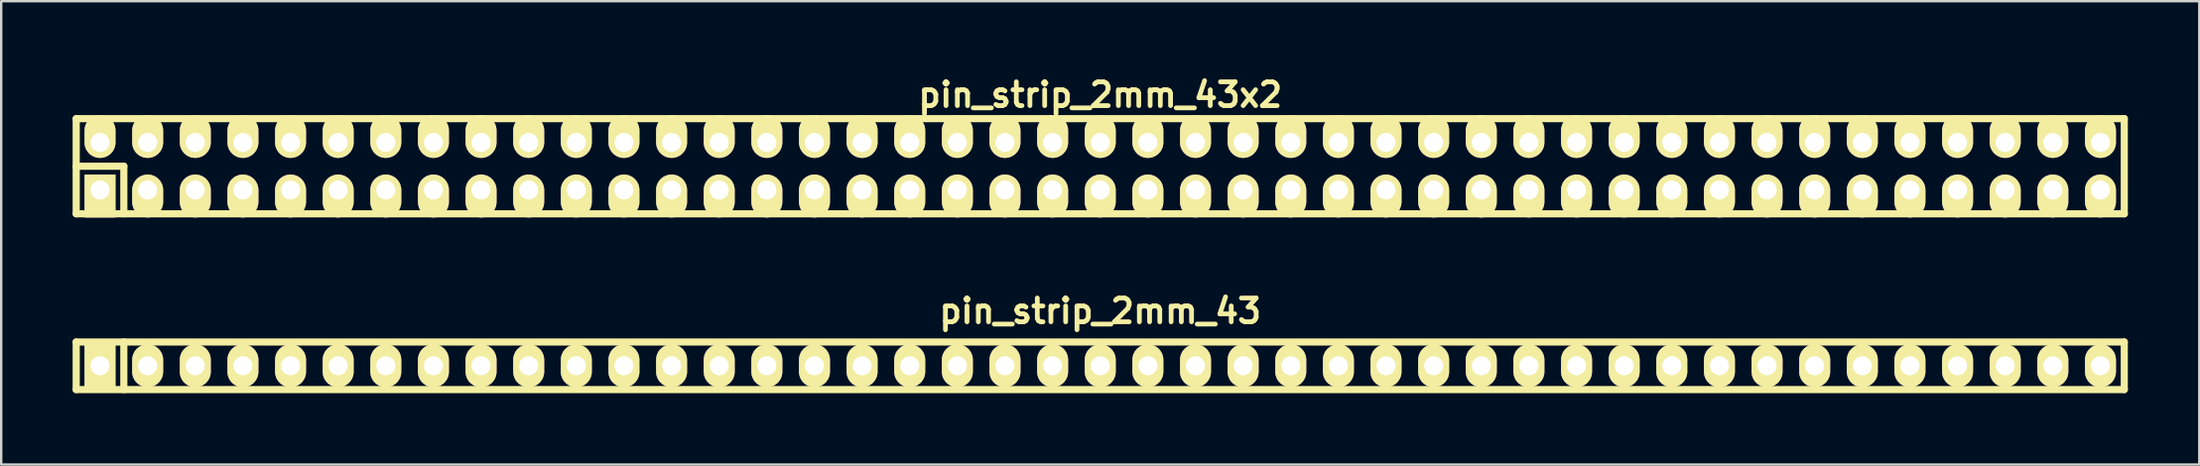
<source format=kicad_pcb>
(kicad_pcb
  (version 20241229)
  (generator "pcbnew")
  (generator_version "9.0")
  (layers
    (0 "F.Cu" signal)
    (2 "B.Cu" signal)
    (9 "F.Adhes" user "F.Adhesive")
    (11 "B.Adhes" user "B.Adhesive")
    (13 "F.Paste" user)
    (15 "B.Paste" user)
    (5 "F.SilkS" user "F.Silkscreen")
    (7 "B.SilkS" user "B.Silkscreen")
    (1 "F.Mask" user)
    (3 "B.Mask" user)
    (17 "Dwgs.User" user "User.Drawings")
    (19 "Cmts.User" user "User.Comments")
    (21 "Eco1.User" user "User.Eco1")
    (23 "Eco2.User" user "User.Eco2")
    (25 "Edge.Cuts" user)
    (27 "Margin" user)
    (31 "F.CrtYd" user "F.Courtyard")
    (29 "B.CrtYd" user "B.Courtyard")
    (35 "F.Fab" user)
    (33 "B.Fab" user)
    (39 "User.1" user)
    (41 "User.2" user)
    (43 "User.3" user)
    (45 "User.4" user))
  (footprint "pin_strip_2mm_43x2"
    (layer "F.Cu")
    (at 43.15 3.936)
    (property "Reference" "pin_strip_2mm_43x2" (at 0 -3 0) (layer "F.SilkS") (effects (font (size 1 1) (thickness 0.2))))
    (attr through_hole)
    (fp_line (start -43 -2) (end 43 -2) (stroke (width 0.3) (type solid)) (layer "F.SilkS"))
    (fp_line (start -43 0) (end -41 0) (stroke (width 0.3) (type solid)) (layer "F.SilkS"))
    (fp_line (start -43 2) (end -43 -2) (stroke (width 0.3) (type solid)) (layer "F.SilkS"))
    (fp_line (start -41 0) (end -41 2) (stroke (width 0.3) (type solid)) (layer "F.SilkS"))
    (fp_line (start 43 -2) (end 43 2) (stroke (width 0.3) (type solid)) (layer "F.SilkS"))
    (fp_line (start 43 2) (end -43 2) (stroke (width 0.3) (type solid)) (layer "F.SilkS"))
    (pad "1" thru_hole rect (at -42 1) (size 1.3 1.8) (drill 0.8 (offset 0 0.25)) (layers "*.Cu" "*.Mask" "F.SilkS"))
    (pad "2" thru_hole oval (at -42 -1) (size 1.3 1.8) (drill 0.8 (offset 0 -0.25)) (layers "*.Cu" "*.Mask" "F.SilkS"))
    (pad "3" thru_hole oval (at -40 1) (size 1.3 1.8) (drill 0.8 (offset 0 0.25)) (layers "*.Cu" "*.Mask" "F.SilkS"))
    (pad "4" thru_hole oval (at -40 -1) (size 1.3 1.8) (drill 0.8 (offset 0 -0.25)) (layers "*.Cu" "*.Mask" "F.SilkS"))
    (pad "5" thru_hole oval (at -38 1) (size 1.3 1.8) (drill 0.8 (offset 0 0.25)) (layers "*.Cu" "*.Mask" "F.SilkS"))
    (pad "6" thru_hole oval (at -38 -1) (size 1.3 1.8) (drill 0.8 (offset 0 -0.25)) (layers "*.Cu" "*.Mask" "F.SilkS"))
    (pad "7" thru_hole oval (at -36 1) (size 1.3 1.8) (drill 0.8 (offset 0 0.25)) (layers "*.Cu" "*.Mask" "F.SilkS"))
    (pad "8" thru_hole oval (at -36 -1) (size 1.3 1.8) (drill 0.8 (offset 0 -0.25)) (layers "*.Cu" "*.Mask" "F.SilkS"))
    (pad "9" thru_hole oval (at -34 1) (size 1.3 1.8) (drill 0.8 (offset 0 0.25)) (layers "*.Cu" "*.Mask" "F.SilkS"))
    (pad "10" thru_hole oval (at -34 -1) (size 1.3 1.8) (drill 0.8 (offset 0 -0.25)) (layers "*.Cu" "*.Mask" "F.SilkS"))
    (pad "11" thru_hole oval (at -32 1) (size 1.3 1.8) (drill 0.8 (offset 0 0.25)) (layers "*.Cu" "*.Mask" "F.SilkS"))
    (pad "12" thru_hole oval (at -32 -1) (size 1.3 1.8) (drill 0.8 (offset 0 -0.25)) (layers "*.Cu" "*.Mask" "F.SilkS"))
    (pad "13" thru_hole oval (at -30 1) (size 1.3 1.8) (drill 0.8 (offset 0 0.25)) (layers "*.Cu" "*.Mask" "F.SilkS"))
    (pad "14" thru_hole oval (at -30 -1) (size 1.3 1.8) (drill 0.8 (offset 0 -0.25)) (layers "*.Cu" "*.Mask" "F.SilkS"))
    (pad "15" thru_hole oval (at -28 1) (size 1.3 1.8) (drill 0.8 (offset 0 0.25)) (layers "*.Cu" "*.Mask" "F.SilkS"))
    (pad "16" thru_hole oval (at -28 -1) (size 1.3 1.8) (drill 0.8 (offset 0 -0.25)) (layers "*.Cu" "*.Mask" "F.SilkS"))
    (pad "17" thru_hole oval (at -26 1) (size 1.3 1.8) (drill 0.8 (offset 0 0.25)) (layers "*.Cu" "*.Mask" "F.SilkS"))
    (pad "18" thru_hole oval (at -26 -1) (size 1.3 1.8) (drill 0.8 (offset 0 -0.25)) (layers "*.Cu" "*.Mask" "F.SilkS"))
    (pad "19" thru_hole oval (at -24 1) (size 1.3 1.8) (drill 0.8 (offset 0 0.25)) (layers "*.Cu" "*.Mask" "F.SilkS"))
    (pad "20" thru_hole oval (at -24 -1) (size 1.3 1.8) (drill 0.8 (offset 0 -0.25)) (layers "*.Cu" "*.Mask" "F.SilkS"))
    (pad "21" thru_hole oval (at -22 1) (size 1.3 1.8) (drill 0.8 (offset 0 0.25)) (layers "*.Cu" "*.Mask" "F.SilkS"))
    (pad "22" thru_hole oval (at -22 -1) (size 1.3 1.8) (drill 0.8 (offset 0 -0.25)) (layers "*.Cu" "*.Mask" "F.SilkS"))
    (pad "23" thru_hole oval (at -20 1) (size 1.3 1.8) (drill 0.8 (offset 0 0.25)) (layers "*.Cu" "*.Mask" "F.SilkS"))
    (pad "24" thru_hole oval (at -20 -1) (size 1.3 1.8) (drill 0.8 (offset 0 -0.25)) (layers "*.Cu" "*.Mask" "F.SilkS"))
    (pad "25" thru_hole oval (at -18 1) (size 1.3 1.8) (drill 0.8 (offset 0 0.25)) (layers "*.Cu" "*.Mask" "F.SilkS"))
    (pad "26" thru_hole oval (at -18 -1) (size 1.3 1.8) (drill 0.8 (offset 0 -0.25)) (layers "*.Cu" "*.Mask" "F.SilkS"))
    (pad "27" thru_hole oval (at -16 1) (size 1.3 1.8) (drill 0.8 (offset 0 0.25)) (layers "*.Cu" "*.Mask" "F.SilkS"))
    (pad "28" thru_hole oval (at -16 -1) (size 1.3 1.8) (drill 0.8 (offset 0 -0.25)) (layers "*.Cu" "*.Mask" "F.SilkS"))
    (pad "29" thru_hole oval (at -14 1) (size 1.3 1.8) (drill 0.8 (offset 0 0.25)) (layers "*.Cu" "*.Mask" "F.SilkS"))
    (pad "30" thru_hole oval (at -14 -1) (size 1.3 1.8) (drill 0.8 (offset 0 -0.25)) (layers "*.Cu" "*.Mask" "F.SilkS"))
    (pad "31" thru_hole oval (at -12 1) (size 1.3 1.8) (drill 0.8 (offset 0 0.25)) (layers "*.Cu" "*.Mask" "F.SilkS"))
    (pad "32" thru_hole oval (at -12 -1) (size 1.3 1.8) (drill 0.8 (offset 0 -0.25)) (layers "*.Cu" "*.Mask" "F.SilkS"))
    (pad "33" thru_hole oval (at -10 1) (size 1.3 1.8) (drill 0.8 (offset 0 0.25)) (layers "*.Cu" "*.Mask" "F.SilkS"))
    (pad "34" thru_hole oval (at -10 -1) (size 1.3 1.8) (drill 0.8 (offset 0 -0.25)) (layers "*.Cu" "*.Mask" "F.SilkS"))
    (pad "35" thru_hole oval (at -8 1) (size 1.3 1.8) (drill 0.8 (offset 0 0.25)) (layers "*.Cu" "*.Mask" "F.SilkS"))
    (pad "36" thru_hole oval (at -8 -1) (size 1.3 1.8) (drill 0.8 (offset 0 -0.25)) (layers "*.Cu" "*.Mask" "F.SilkS"))
    (pad "37" thru_hole oval (at -6 1) (size 1.3 1.8) (drill 0.8 (offset 0 0.25)) (layers "*.Cu" "*.Mask" "F.SilkS"))
    (pad "38" thru_hole oval (at -6 -1) (size 1.3 1.8) (drill 0.8 (offset 0 -0.25)) (layers "*.Cu" "*.Mask" "F.SilkS"))
    (pad "39" thru_hole oval (at -4 1) (size 1.3 1.8) (drill 0.8 (offset 0 0.25)) (layers "*.Cu" "*.Mask" "F.SilkS"))
    (pad "40" thru_hole oval (at -4 -1) (size 1.3 1.8) (drill 0.8 (offset 0 -0.25)) (layers "*.Cu" "*.Mask" "F.SilkS"))
    (pad "41" thru_hole oval (at -2 1) (size 1.3 1.8) (drill 0.8 (offset 0 0.25)) (layers "*.Cu" "*.Mask" "F.SilkS"))
    (pad "42" thru_hole oval (at -2 -1) (size 1.3 1.8) (drill 0.8 (offset 0 -0.25)) (layers "*.Cu" "*.Mask" "F.SilkS"))
    (pad "43" thru_hole oval (at 0 1) (size 1.3 1.8) (drill 0.8 (offset 0 0.25)) (layers "*.Cu" "*.Mask" "F.SilkS"))
    (pad "44" thru_hole oval (at 0 -1) (size 1.3 1.8) (drill 0.8 (offset 0 -0.25)) (layers "*.Cu" "*.Mask" "F.SilkS"))
    (pad "45" thru_hole oval (at 2 1) (size 1.3 1.8) (drill 0.8 (offset 0 0.25)) (layers "*.Cu" "*.Mask" "F.SilkS"))
    (pad "46" thru_hole oval (at 2 -1) (size 1.3 1.8) (drill 0.8 (offset 0 -0.25)) (layers "*.Cu" "*.Mask" "F.SilkS"))
    (pad "47" thru_hole oval (at 4 1) (size 1.3 1.8) (drill 0.8 (offset 0 0.25)) (layers "*.Cu" "*.Mask" "F.SilkS"))
    (pad "48" thru_hole oval (at 4 -1) (size 1.3 1.8) (drill 0.8 (offset 0 -0.25)) (layers "*.Cu" "*.Mask" "F.SilkS"))
    (pad "49" thru_hole oval (at 6 1) (size 1.3 1.8) (drill 0.8 (offset 0 0.25)) (layers "*.Cu" "*.Mask" "F.SilkS"))
    (pad "50" thru_hole oval (at 6 -1) (size 1.3 1.8) (drill 0.8 (offset 0 -0.25)) (layers "*.Cu" "*.Mask" "F.SilkS"))
    (pad "51" thru_hole oval (at 8 1) (size 1.3 1.8) (drill 0.8 (offset 0 0.25)) (layers "*.Cu" "*.Mask" "F.SilkS"))
    (pad "52" thru_hole oval (at 8 -1) (size 1.3 1.8) (drill 0.8 (offset 0 -0.25)) (layers "*.Cu" "*.Mask" "F.SilkS"))
    (pad "53" thru_hole oval (at 10 1) (size 1.3 1.8) (drill 0.8 (offset 0 0.25)) (layers "*.Cu" "*.Mask" "F.SilkS"))
    (pad "54" thru_hole oval (at 10 -1) (size 1.3 1.8) (drill 0.8 (offset 0 -0.25)) (layers "*.Cu" "*.Mask" "F.SilkS"))
    (pad "55" thru_hole oval (at 12 1) (size 1.3 1.8) (drill 0.8 (offset 0 0.25)) (layers "*.Cu" "*.Mask" "F.SilkS"))
    (pad "56" thru_hole oval (at 12 -1) (size 1.3 1.8) (drill 0.8 (offset 0 -0.25)) (layers "*.Cu" "*.Mask" "F.SilkS"))
    (pad "57" thru_hole oval (at 14 1) (size 1.3 1.8) (drill 0.8 (offset 0 0.25)) (layers "*.Cu" "*.Mask" "F.SilkS"))
    (pad "58" thru_hole oval (at 14 -1) (size 1.3 1.8) (drill 0.8 (offset 0 -0.25)) (layers "*.Cu" "*.Mask" "F.SilkS"))
    (pad "59" thru_hole oval (at 16 1) (size 1.3 1.8) (drill 0.8 (offset 0 0.25)) (layers "*.Cu" "*.Mask" "F.SilkS"))
    (pad "60" thru_hole oval (at 16 -1) (size 1.3 1.8) (drill 0.8 (offset 0 -0.25)) (layers "*.Cu" "*.Mask" "F.SilkS"))
    (pad "61" thru_hole oval (at 18 1) (size 1.3 1.8) (drill 0.8 (offset 0 0.25)) (layers "*.Cu" "*.Mask" "F.SilkS"))
    (pad "62" thru_hole oval (at 18 -1) (size 1.3 1.8) (drill 0.8 (offset 0 -0.25)) (layers "*.Cu" "*.Mask" "F.SilkS"))
    (pad "63" thru_hole oval (at 20 1) (size 1.3 1.8) (drill 0.8 (offset 0 0.25)) (layers "*.Cu" "*.Mask" "F.SilkS"))
    (pad "64" thru_hole oval (at 20 -1) (size 1.3 1.8) (drill 0.8 (offset 0 -0.25)) (layers "*.Cu" "*.Mask" "F.SilkS"))
    (pad "65" thru_hole oval (at 22 1) (size 1.3 1.8) (drill 0.8 (offset 0 0.25)) (layers "*.Cu" "*.Mask" "F.SilkS"))
    (pad "66" thru_hole oval (at 22 -1) (size 1.3 1.8) (drill 0.8 (offset 0 -0.25)) (layers "*.Cu" "*.Mask" "F.SilkS"))
    (pad "67" thru_hole oval (at 24 1) (size 1.3 1.8) (drill 0.8 (offset 0 0.25)) (layers "*.Cu" "*.Mask" "F.SilkS"))
    (pad "68" thru_hole oval (at 24 -1) (size 1.3 1.8) (drill 0.8 (offset 0 -0.25)) (layers "*.Cu" "*.Mask" "F.SilkS"))
    (pad "69" thru_hole oval (at 26 1) (size 1.3 1.8) (drill 0.8 (offset 0 0.25)) (layers "*.Cu" "*.Mask" "F.SilkS"))
    (pad "70" thru_hole oval (at 26 -1) (size 1.3 1.8) (drill 0.8 (offset 0 -0.25)) (layers "*.Cu" "*.Mask" "F.SilkS"))
    (pad "71" thru_hole oval (at 28 1) (size 1.3 1.8) (drill 0.8 (offset 0 0.25)) (layers "*.Cu" "*.Mask" "F.SilkS"))
    (pad "72" thru_hole oval (at 28 -1) (size 1.3 1.8) (drill 0.8 (offset 0 -0.25)) (layers "*.Cu" "*.Mask" "F.SilkS"))
    (pad "73" thru_hole oval (at 30 1) (size 1.3 1.8) (drill 0.8 (offset 0 0.25)) (layers "*.Cu" "*.Mask" "F.SilkS"))
    (pad "74" thru_hole oval (at 30 -1) (size 1.3 1.8) (drill 0.8 (offset 0 -0.25)) (layers "*.Cu" "*.Mask" "F.SilkS"))
    (pad "75" thru_hole oval (at 32 1) (size 1.3 1.8) (drill 0.8 (offset 0 0.25)) (layers "*.Cu" "*.Mask" "F.SilkS"))
    (pad "76" thru_hole oval (at 32 -1) (size 1.3 1.8) (drill 0.8 (offset 0 -0.25)) (layers "*.Cu" "*.Mask" "F.SilkS"))
    (pad "77" thru_hole oval (at 34 1) (size 1.3 1.8) (drill 0.8 (offset 0 0.25)) (layers "*.Cu" "*.Mask" "F.SilkS"))
    (pad "78" thru_hole oval (at 34 -1) (size 1.3 1.8) (drill 0.8 (offset 0 -0.25)) (layers "*.Cu" "*.Mask" "F.SilkS"))
    (pad "79" thru_hole oval (at 36 1) (size 1.3 1.8) (drill 0.8 (offset 0 0.25)) (layers "*.Cu" "*.Mask" "F.SilkS"))
    (pad "80" thru_hole oval (at 36 -1) (size 1.3 1.8) (drill 0.8 (offset 0 -0.25)) (layers "*.Cu" "*.Mask" "F.SilkS"))
    (pad "81" thru_hole oval (at 38 1) (size 1.3 1.8) (drill 0.8 (offset 0 0.25)) (layers "*.Cu" "*.Mask" "F.SilkS"))
    (pad "82" thru_hole oval (at 38 -1) (size 1.3 1.8) (drill 0.8 (offset 0 -0.25)) (layers "*.Cu" "*.Mask" "F.SilkS"))
    (pad "83" thru_hole oval (at 40 1) (size 1.3 1.8) (drill 0.8 (offset 0 0.25)) (layers "*.Cu" "*.Mask" "F.SilkS"))
    (pad "84" thru_hole oval (at 40 -1) (size 1.3 1.8) (drill 0.8 (offset 0 -0.25)) (layers "*.Cu" "*.Mask" "F.SilkS"))
    (pad "85" thru_hole oval (at 42 1) (size 1.3 1.8) (drill 0.8 (offset 0 0.25)) (layers "*.Cu" "*.Mask" "F.SilkS"))
    (pad "86" thru_hole oval (at 42 -1) (size 1.3 1.8) (drill 0.8 (offset 0 -0.25)) (layers "*.Cu" "*.Mask" "F.SilkS")))
  (footprint "pin_strip_2mm_43"
    (layer "F.Cu")
    (at 43.15 12.322)
    (property "Reference" "pin_strip_2mm_43" (at 0 -2.3 0) (layer "F.SilkS") (effects (font (size 1 1) (thickness 0.2))))
    (attr through_hole)
    (fp_line (start -43 -1) (end 43 -1) (stroke (width 0.3) (type solid)) (layer "F.SilkS"))
    (fp_line (start -43 1) (end -43 -1) (stroke (width 0.3) (type solid)) (layer "F.SilkS"))
    (fp_line (start -41 -1) (end -41 1) (stroke (width 0.3) (type solid)) (layer "F.SilkS"))
    (fp_line (start 43 -1) (end 43 1) (stroke (width 0.3) (type solid)) (layer "F.SilkS"))
    (fp_line (start 43 1) (end -43 1) (stroke (width 0.3) (type solid)) (layer "F.SilkS"))
    (pad "1" thru_hole rect (at -42 0) (size 1.3 1.8) (drill 0.8) (layers "*.Cu" "*.Mask" "F.SilkS"))
    (pad "2" thru_hole oval (at -40 0) (size 1.3 1.8) (drill 0.8) (layers "*.Cu" "*.Mask" "F.SilkS"))
    (pad "3" thru_hole oval (at -38 0) (size 1.3 1.8) (drill 0.8) (layers "*.Cu" "*.Mask" "F.SilkS"))
    (pad "4" thru_hole oval (at -36 0) (size 1.3 1.8) (drill 0.8) (layers "*.Cu" "*.Mask" "F.SilkS"))
    (pad "5" thru_hole oval (at -34 0) (size 1.3 1.8) (drill 0.8) (layers "*.Cu" "*.Mask" "F.SilkS"))
    (pad "6" thru_hole oval (at -32 0) (size 1.3 1.8) (drill 0.8) (layers "*.Cu" "*.Mask" "F.SilkS"))
    (pad "7" thru_hole oval (at -30 0) (size 1.3 1.8) (drill 0.8) (layers "*.Cu" "*.Mask" "F.SilkS"))
    (pad "8" thru_hole oval (at -28 0) (size 1.3 1.8) (drill 0.8) (layers "*.Cu" "*.Mask" "F.SilkS"))
    (pad "9" thru_hole oval (at -26 0) (size 1.3 1.8) (drill 0.8) (layers "*.Cu" "*.Mask" "F.SilkS"))
    (pad "10" thru_hole oval (at -24 0) (size 1.3 1.8) (drill 0.8) (layers "*.Cu" "*.Mask" "F.SilkS"))
    (pad "11" thru_hole oval (at -22 0) (size 1.3 1.8) (drill 0.8) (layers "*.Cu" "*.Mask" "F.SilkS"))
    (pad "12" thru_hole oval (at -20 0) (size 1.3 1.8) (drill 0.8) (layers "*.Cu" "*.Mask" "F.SilkS"))
    (pad "13" thru_hole oval (at -18 0) (size 1.3 1.8) (drill 0.8) (layers "*.Cu" "*.Mask" "F.SilkS"))
    (pad "14" thru_hole oval (at -16 0) (size 1.3 1.8) (drill 0.8) (layers "*.Cu" "*.Mask" "F.SilkS"))
    (pad "15" thru_hole oval (at -14 0) (size 1.3 1.8) (drill 0.8) (layers "*.Cu" "*.Mask" "F.SilkS"))
    (pad "16" thru_hole oval (at -12 0) (size 1.3 1.8) (drill 0.8) (layers "*.Cu" "*.Mask" "F.SilkS"))
    (pad "17" thru_hole oval (at -10 0) (size 1.3 1.8) (drill 0.8) (layers "*.Cu" "*.Mask" "F.SilkS"))
    (pad "18" thru_hole oval (at -8 0) (size 1.3 1.8) (drill 0.8) (layers "*.Cu" "*.Mask" "F.SilkS"))
    (pad "19" thru_hole oval (at -6 0) (size 1.3 1.8) (drill 0.8) (layers "*.Cu" "*.Mask" "F.SilkS"))
    (pad "20" thru_hole oval (at -4 0) (size 1.3 1.8) (drill 0.8) (layers "*.Cu" "*.Mask" "F.SilkS"))
    (pad "21" thru_hole oval (at -2 0) (size 1.3 1.8) (drill 0.8) (layers "*.Cu" "*.Mask" "F.SilkS"))
    (pad "22" thru_hole oval (at 0 0) (size 1.3 1.8) (drill 0.8) (layers "*.Cu" "*.Mask" "F.SilkS"))
    (pad "23" thru_hole oval (at 2 0) (size 1.3 1.8) (drill 0.8) (layers "*.Cu" "*.Mask" "F.SilkS"))
    (pad "24" thru_hole oval (at 4 0) (size 1.3 1.8) (drill 0.8) (layers "*.Cu" "*.Mask" "F.SilkS"))
    (pad "25" thru_hole oval (at 6 0) (size 1.3 1.8) (drill 0.8) (layers "*.Cu" "*.Mask" "F.SilkS"))
    (pad "26" thru_hole oval (at 8 0) (size 1.3 1.8) (drill 0.8) (layers "*.Cu" "*.Mask" "F.SilkS"))
    (pad "27" thru_hole oval (at 10 0) (size 1.3 1.8) (drill 0.8) (layers "*.Cu" "*.Mask" "F.SilkS"))
    (pad "28" thru_hole oval (at 12 0) (size 1.3 1.8) (drill 0.8) (layers "*.Cu" "*.Mask" "F.SilkS"))
    (pad "29" thru_hole oval (at 14 0) (size 1.3 1.8) (drill 0.8) (layers "*.Cu" "*.Mask" "F.SilkS"))
    (pad "30" thru_hole oval (at 16 0) (size 1.3 1.8) (drill 0.8) (layers "*.Cu" "*.Mask" "F.SilkS"))
    (pad "31" thru_hole oval (at 18 0) (size 1.3 1.8) (drill 0.8) (layers "*.Cu" "*.Mask" "F.SilkS"))
    (pad "32" thru_hole oval (at 20 0) (size 1.3 1.8) (drill 0.8) (layers "*.Cu" "*.Mask" "F.SilkS"))
    (pad "33" thru_hole oval (at 22 0) (size 1.3 1.8) (drill 0.8) (layers "*.Cu" "*.Mask" "F.SilkS"))
    (pad "34" thru_hole oval (at 24 0) (size 1.3 1.8) (drill 0.8) (layers "*.Cu" "*.Mask" "F.SilkS"))
    (pad "35" thru_hole oval (at 26 0) (size 1.3 1.8) (drill 0.8) (layers "*.Cu" "*.Mask" "F.SilkS"))
    (pad "36" thru_hole oval (at 28 0) (size 1.3 1.8) (drill 0.8) (layers "*.Cu" "*.Mask" "F.SilkS"))
    (pad "37" thru_hole oval (at 30 0) (size 1.3 1.8) (drill 0.8) (layers "*.Cu" "*.Mask" "F.SilkS"))
    (pad "38" thru_hole oval (at 32 0) (size 1.3 1.8) (drill 0.8) (layers "*.Cu" "*.Mask" "F.SilkS"))
    (pad "39" thru_hole oval (at 34 0) (size 1.3 1.8) (drill 0.8) (layers "*.Cu" "*.Mask" "F.SilkS"))
    (pad "40" thru_hole oval (at 36 0) (size 1.3 1.8) (drill 0.8) (layers "*.Cu" "*.Mask" "F.SilkS"))
    (pad "41" thru_hole oval (at 38 0) (size 1.3 1.8) (drill 0.8) (layers "*.Cu" "*.Mask" "F.SilkS"))
    (pad "42" thru_hole oval (at 40 0) (size 1.3 1.8) (drill 0.8) (layers "*.Cu" "*.Mask" "F.SilkS"))
    (pad "43" thru_hole oval (at 42 0) (size 1.3 1.8) (drill 0.8) (layers "*.Cu" "*.Mask" "F.SilkS")))
  (gr_rect
    (start -3 -3)
    (end 89.3 16.472)
    (stroke (width 0.1) (type default))
    (fill no)
    (layer "Edge.Cuts")))
</source>
